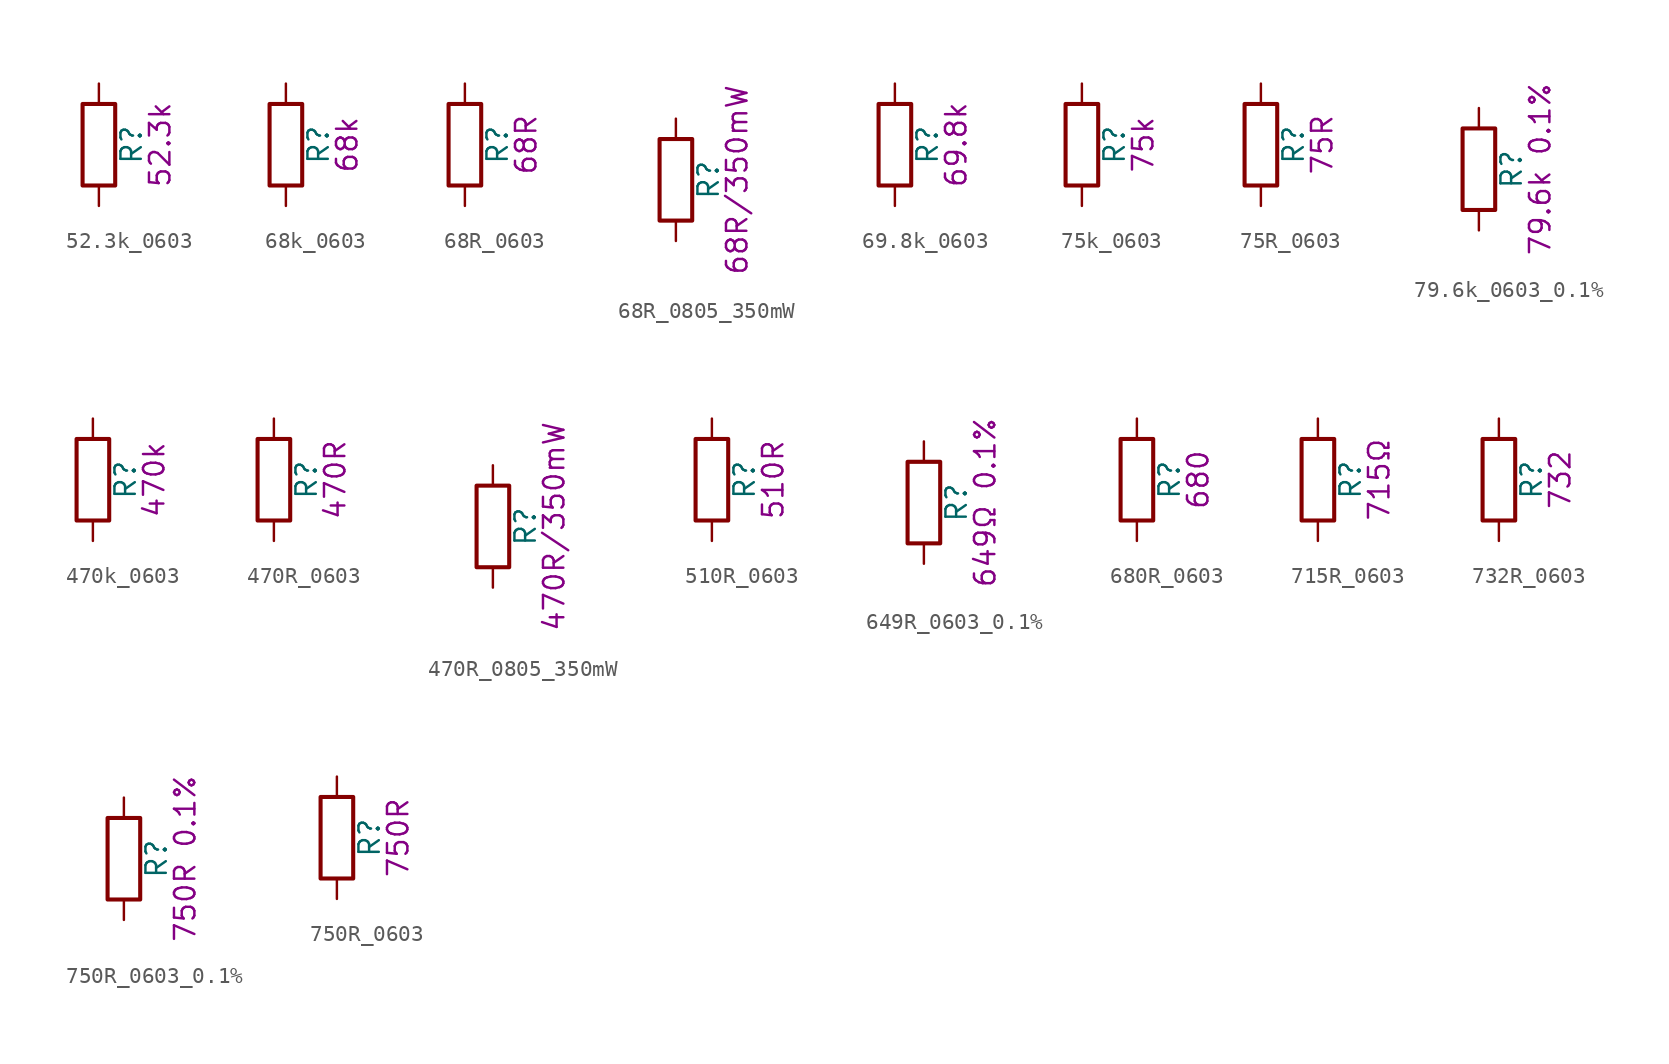
<source format=kicad_sym>
(kicad_symbol_lib
  (version 20211014)
  (generator kicad_symbol_editor)
  (symbol "52.3k_0603"
    (pin_numbers hide)
    (pin_names
      (offset 0))
    (property "Reference" "R"
      (at 2.032 0 90)
      (effects (font (size 1.27 1.27))))
    (property "Display" "52.3k"
      (at 3.81 0 90)
      (effects (font (size 1.27 1.27))))
    (symbol "52.3k_0603_0_1"
      (rectangle (start -1.016 -2.54) (end 1.016 2.54) (stroke (width 0.254) (type default) (color 0 0 0 0)) (fill (type none))))
    (symbol "52.3k_0603_1_1"
      (pin passive line (at 0 3.81 270) (length 1.27) (name "~" (effects (font (size 1.27 1.27)))) (number "1" (effects (font (size 1.27 1.27)))))
      (pin passive line (at 0 -3.81 90) (length 1.27) (name "~" (effects (font (size 1.27 1.27)))) (number "2" (effects (font (size 1.27 1.27)))))))
  (symbol "68k_0603"
    (pin_numbers hide)
    (pin_names
      (offset 0))
    (property "Reference" "R"
      (at 2.032 0 90)
      (effects (font (size 1.27 1.27))))
    (property "Display" "68k"
      (at 3.81 0 90)
      (effects (font (size 1.27 1.27))))
    (symbol "68k_0603_0_1"
      (rectangle (start -1.016 -2.54) (end 1.016 2.54) (stroke (width 0.254) (type default) (color 0 0 0 0)) (fill (type none))))
    (symbol "68k_0603_1_1"
      (pin passive line (at 0 3.81 270) (length 1.27) (name "~" (effects (font (size 1.27 1.27)))) (number "1" (effects (font (size 1.27 1.27)))))
      (pin passive line (at 0 -3.81 90) (length 1.27) (name "~" (effects (font (size 1.27 1.27)))) (number "2" (effects (font (size 1.27 1.27)))))))
  (symbol "68R_0603"
    (pin_numbers hide)
    (pin_names
      (offset 0))
    (property "Reference" "R"
      (at 2.032 0 90)
      (effects (font (size 1.27 1.27))))
    (property "Display" "68R"
      (at 3.81 0 90)
      (effects (font (size 1.27 1.27))))
    (symbol "68R_0603_0_1"
      (rectangle (start -1.016 -2.54) (end 1.016 2.54) (stroke (width 0.254) (type default) (color 0 0 0 0)) (fill (type none))))
    (symbol "68R_0603_1_1"
      (pin passive line (at 0 3.81 270) (length 1.27) (name "~" (effects (font (size 1.27 1.27)))) (number "1" (effects (font (size 1.27 1.27)))))
      (pin passive line (at 0 -3.81 90) (length 1.27) (name "~" (effects (font (size 1.27 1.27)))) (number "2" (effects (font (size 1.27 1.27)))))))
  (symbol "68R_0805_350mW"
    (pin_numbers hide)
    (pin_names
      (offset 0))
    (property "Reference" "R"
      (at 2.032 0 90)
      (effects (font (size 1.27 1.27))))
    (property "Display" "68R/350mW"
      (at 3.81 0 90)
      (effects (font (size 1.27 1.27))))
    (symbol "68R_0805_350mW_0_1"
      (rectangle (start -1.016 -2.54) (end 1.016 2.54) (stroke (width 0.254) (type default) (color 0 0 0 0)) (fill (type none))))
    (symbol "68R_0805_350mW_1_1"
      (pin passive line (at 0 3.81 270) (length 1.27) (name "~" (effects (font (size 1.27 1.27)))) (number "1" (effects (font (size 1.27 1.27)))))
      (pin passive line (at 0 -3.81 90) (length 1.27) (name "~" (effects (font (size 1.27 1.27)))) (number "2" (effects (font (size 1.27 1.27)))))))
  (symbol "69.8k_0603"
    (pin_numbers hide)
    (pin_names
      (offset 0))
    (property "Reference" "R"
      (at 2.032 0 90)
      (effects (font (size 1.27 1.27))))
    (property "Display" "69.8k"
      (at 3.81 0 90)
      (effects (font (size 1.27 1.27))))
    (symbol "69.8k_0603_0_1"
      (rectangle (start -1.016 -2.54) (end 1.016 2.54) (stroke (width 0.254) (type default) (color 0 0 0 0)) (fill (type none))))
    (symbol "69.8k_0603_1_1"
      (pin passive line (at 0 3.81 270) (length 1.27) (name "~" (effects (font (size 1.27 1.27)))) (number "1" (effects (font (size 1.27 1.27)))))
      (pin passive line (at 0 -3.81 90) (length 1.27) (name "~" (effects (font (size 1.27 1.27)))) (number "2" (effects (font (size 1.27 1.27)))))))
  (symbol "75k_0603"
    (pin_numbers hide)
    (pin_names
      (offset 0))
    (property "Reference" "R"
      (at 2.032 0 90)
      (effects (font (size 1.27 1.27))))
    (property "Display" "75k"
      (at 3.81 0 90)
      (effects (font (size 1.27 1.27))))
    (symbol "75k_0603_0_1"
      (rectangle (start -1.016 -2.54) (end 1.016 2.54) (stroke (width 0.254) (type default) (color 0 0 0 0)) (fill (type none))))
    (symbol "75k_0603_1_1"
      (pin passive line (at 0 3.81 270) (length 1.27) (name "~" (effects (font (size 1.27 1.27)))) (number "1" (effects (font (size 1.27 1.27)))))
      (pin passive line (at 0 -3.81 90) (length 1.27) (name "~" (effects (font (size 1.27 1.27)))) (number "2" (effects (font (size 1.27 1.27)))))))
  (symbol "75R_0603"
    (pin_numbers hide)
    (pin_names
      (offset 0))
    (property "Reference" "R"
      (at 2.032 0 90)
      (effects (font (size 1.27 1.27))))
    (property "Display" "75R"
      (at 3.81 0 90)
      (effects (font (size 1.27 1.27))))
    (symbol "75R_0603_0_1"
      (rectangle (start -1.016 -2.54) (end 1.016 2.54) (stroke (width 0.254) (type default) (color 0 0 0 0)) (fill (type none))))
    (symbol "75R_0603_1_1"
      (pin passive line (at 0 3.81 270) (length 1.27) (name "~" (effects (font (size 1.27 1.27)))) (number "1" (effects (font (size 1.27 1.27)))))
      (pin passive line (at 0 -3.81 90) (length 1.27) (name "~" (effects (font (size 1.27 1.27)))) (number "2" (effects (font (size 1.27 1.27)))))))
  (symbol "79.6k_0603_0.1%"
    (pin_numbers hide)
    (pin_names
      (offset 0))
    (property "Reference" "R"
      (at 2.032 0 90)
      (effects (font (size 1.27 1.27))))
    (property "Display" "79.6k 0.1%"
      (at 3.81 0 90)
      (effects (font (size 1.27 1.27))))
    (symbol "79.6k_0603_0.1%_0_1"
      (rectangle (start -1.016 -2.54) (end 1.016 2.54) (stroke (width 0.254) (type default) (color 0 0 0 0)) (fill (type none))))
    (symbol "79.6k_0603_0.1%_1_1"
      (pin passive line (at 0 3.81 270) (length 1.27) (name "~" (effects (font (size 1.27 1.27)))) (number "1" (effects (font (size 1.27 1.27)))))
      (pin passive line (at 0 -3.81 90) (length 1.27) (name "~" (effects (font (size 1.27 1.27)))) (number "2" (effects (font (size 1.27 1.27)))))))
  (symbol "470k_0603"
    (pin_numbers hide)
    (pin_names
      (offset 0))
    (property "Reference" "R"
      (at 2.032 0 90)
      (effects (font (size 1.27 1.27))))
    (property "Display" "470k"
      (at 3.81 0 90)
      (effects (font (size 1.27 1.27))))
    (symbol "470k_0603_0_1"
      (rectangle (start -1.016 -2.54) (end 1.016 2.54) (stroke (width 0.254) (type default) (color 0 0 0 0)) (fill (type none))))
    (symbol "470k_0603_1_1"
      (pin passive line (at 0 3.81 270) (length 1.27) (name "~" (effects (font (size 1.27 1.27)))) (number "1" (effects (font (size 1.27 1.27)))))
      (pin passive line (at 0 -3.81 90) (length 1.27) (name "~" (effects (font (size 1.27 1.27)))) (number "2" (effects (font (size 1.27 1.27)))))))
  (symbol "470R_0603"
    (pin_numbers hide)
    (pin_names
      (offset 0))
    (property "Reference" "R"
      (at 2.032 0 90)
      (effects (font (size 1.27 1.27))))
    (property "Display" "470R"
      (at 3.81 0 90)
      (effects (font (size 1.27 1.27))))
    (symbol "470R_0603_0_1"
      (rectangle (start -1.016 -2.54) (end 1.016 2.54) (stroke (width 0.254) (type default) (color 0 0 0 0)) (fill (type none))))
    (symbol "470R_0603_1_1"
      (pin passive line (at 0 3.81 270) (length 1.27) (name "~" (effects (font (size 1.27 1.27)))) (number "1" (effects (font (size 1.27 1.27)))))
      (pin passive line (at 0 -3.81 90) (length 1.27) (name "~" (effects (font (size 1.27 1.27)))) (number "2" (effects (font (size 1.27 1.27)))))))
  (symbol "470R_0805_350mW"
    (pin_numbers hide)
    (pin_names
      (offset 0))
    (property "Reference" "R"
      (at 2.032 0 90)
      (effects (font (size 1.27 1.27))))
    (property "Display" "470R/350mW"
      (at 3.81 0 90)
      (effects (font (size 1.27 1.27))))
    (symbol "470R_0805_350mW_0_1"
      (rectangle (start -1.016 -2.54) (end 1.016 2.54) (stroke (width 0.254) (type default) (color 0 0 0 0)) (fill (type none))))
    (symbol "470R_0805_350mW_1_1"
      (pin passive line (at 0 3.81 270) (length 1.27) (name "~" (effects (font (size 1.27 1.27)))) (number "1" (effects (font (size 1.27 1.27)))))
      (pin passive line (at 0 -3.81 90) (length 1.27) (name "~" (effects (font (size 1.27 1.27)))) (number "2" (effects (font (size 1.27 1.27)))))))
  (symbol "510R_0603"
    (pin_numbers hide)
    (pin_names
      (offset 0))
    (property "Reference" "R"
      (at 2.032 0 90)
      (effects (font (size 1.27 1.27))))
    (property "Display" "510R"
      (at 3.81 0 90)
      (effects (font (size 1.27 1.27))))
    (symbol "510R_0603_0_1"
      (rectangle (start -1.016 -2.54) (end 1.016 2.54) (stroke (width 0.254) (type default) (color 0 0 0 0)) (fill (type none))))
    (symbol "510R_0603_1_1"
      (pin passive line (at 0 3.81 270) (length 1.27) (name "~" (effects (font (size 1.27 1.27)))) (number "1" (effects (font (size 1.27 1.27)))))
      (pin passive line (at 0 -3.81 90) (length 1.27) (name "~" (effects (font (size 1.27 1.27)))) (number "2" (effects (font (size 1.27 1.27)))))))
  (symbol "649R_0603_0.1%"
    (pin_numbers hide)
    (pin_names
      (offset 0))
    (property "Reference" "R"
      (at 2.032 0 90)
      (effects (font (size 1.27 1.27))))
    (property "Display" "649Ω 0.1%"
      (at 3.81 0 90)
      (effects (font (size 1.27 1.27))))
    (symbol "649R_0603_0.1%_0_1"
      (rectangle (start -1.016 -2.54) (end 1.016 2.54) (stroke (width 0.254) (type default) (color 0 0 0 0)) (fill (type none))))
    (symbol "649R_0603_0.1%_1_1"
      (pin passive line (at 0 3.81 270) (length 1.27) (name "~" (effects (font (size 1.27 1.27)))) (number "1" (effects (font (size 1.27 1.27)))))
      (pin passive line (at 0 -3.81 90) (length 1.27) (name "~" (effects (font (size 1.27 1.27)))) (number "2" (effects (font (size 1.27 1.27)))))))
  (symbol "680R_0603"
    (pin_numbers hide)
    (pin_names
      (offset 0))
    (property "Reference" "R"
      (at 2.032 0 90)
      (effects (font (size 1.27 1.27))))
    (property "Display" "680"
      (at 3.81 0 90)
      (effects (font (size 1.27 1.27))))
    (symbol "680R_0603_0_1"
      (rectangle (start -1.016 -2.54) (end 1.016 2.54) (stroke (width 0.254) (type default) (color 0 0 0 0)) (fill (type none))))
    (symbol "680R_0603_1_1"
      (pin passive line (at 0 3.81 270) (length 1.27) (name "~" (effects (font (size 1.27 1.27)))) (number "1" (effects (font (size 1.27 1.27)))))
      (pin passive line (at 0 -3.81 90) (length 1.27) (name "~" (effects (font (size 1.27 1.27)))) (number "2" (effects (font (size 1.27 1.27)))))))
  (symbol "715R_0603"
    (pin_numbers hide)
    (pin_names
      (offset 0))
    (property "Reference" "R"
      (at 2.032 0 90)
      (effects (font (size 1.27 1.27))))
    (property "Display" "715Ω"
      (at 3.81 0 90)
      (effects (font (size 1.27 1.27))))
    (symbol "715R_0603_0_1"
      (rectangle (start -1.016 -2.54) (end 1.016 2.54) (stroke (width 0.254) (type default) (color 0 0 0 0)) (fill (type none))))
    (symbol "715R_0603_1_1"
      (pin passive line (at 0 3.81 270) (length 1.27) (name "~" (effects (font (size 1.27 1.27)))) (number "1" (effects (font (size 1.27 1.27)))))
      (pin passive line (at 0 -3.81 90) (length 1.27) (name "~" (effects (font (size 1.27 1.27)))) (number "2" (effects (font (size 1.27 1.27)))))))
  (symbol "732R_0603"
    (pin_numbers hide)
    (pin_names
      (offset 0))
    (property "Reference" "R"
      (at 2.032 0 90)
      (effects (font (size 1.27 1.27))))
    (property "Display" "732"
      (at 3.81 0 90)
      (effects (font (size 1.27 1.27))))
    (symbol "732R_0603_0_1"
      (rectangle (start -1.016 -2.54) (end 1.016 2.54) (stroke (width 0.254) (type default) (color 0 0 0 0)) (fill (type none))))
    (symbol "732R_0603_1_1"
      (pin passive line (at 0 3.81 270) (length 1.27) (name "~" (effects (font (size 1.27 1.27)))) (number "1" (effects (font (size 1.27 1.27)))))
      (pin passive line (at 0 -3.81 90) (length 1.27) (name "~" (effects (font (size 1.27 1.27)))) (number "2" (effects (font (size 1.27 1.27)))))))
  (symbol "750R_0603_0.1%"
    (pin_numbers hide)
    (pin_names
      (offset 0))
    (property "Reference" "R"
      (at 2.032 0 90)
      (effects (font (size 1.27 1.27))))
    (property "Display" "750R 0.1%"
      (at 3.81 0 90)
      (effects (font (size 1.27 1.27))))
    (symbol "750R_0603_0.1%_0_1"
      (rectangle (start -1.016 -2.54) (end 1.016 2.54) (stroke (width 0.254) (type default) (color 0 0 0 0)) (fill (type none))))
    (symbol "750R_0603_0.1%_1_1"
      (pin passive line (at 0 3.81 270) (length 1.27) (name "~" (effects (font (size 1.27 1.27)))) (number "1" (effects (font (size 1.27 1.27)))))
      (pin passive line (at 0 -3.81 90) (length 1.27) (name "~" (effects (font (size 1.27 1.27)))) (number "2" (effects (font (size 1.27 1.27)))))))
  (symbol "750R_0603"
    (pin_numbers hide)
    (pin_names
      (offset 0))
    (property "Reference" "R"
      (at 2.032 0 90)
      (effects (font (size 1.27 1.27))))
    (property "Display" "750R"
      (at 3.81 0 90)
      (effects (font (size 1.27 1.27))))
    (symbol "750R_0603_0_1"
      (rectangle (start -1.016 -2.54) (end 1.016 2.54) (stroke (width 0.254) (type default) (color 0 0 0 0)) (fill (type none))))
    (symbol "750R_0603_1_1"
      (pin passive line (at 0 3.81 270) (length 1.27) (name "~" (effects (font (size 1.27 1.27)))) (number "1" (effects (font (size 1.27 1.27)))))
      (pin passive line (at 0 -3.81 90) (length 1.27) (name "~" (effects (font (size 1.27 1.27)))) (number "2" (effects (font (size 1.27 1.27))))))))
</source>
